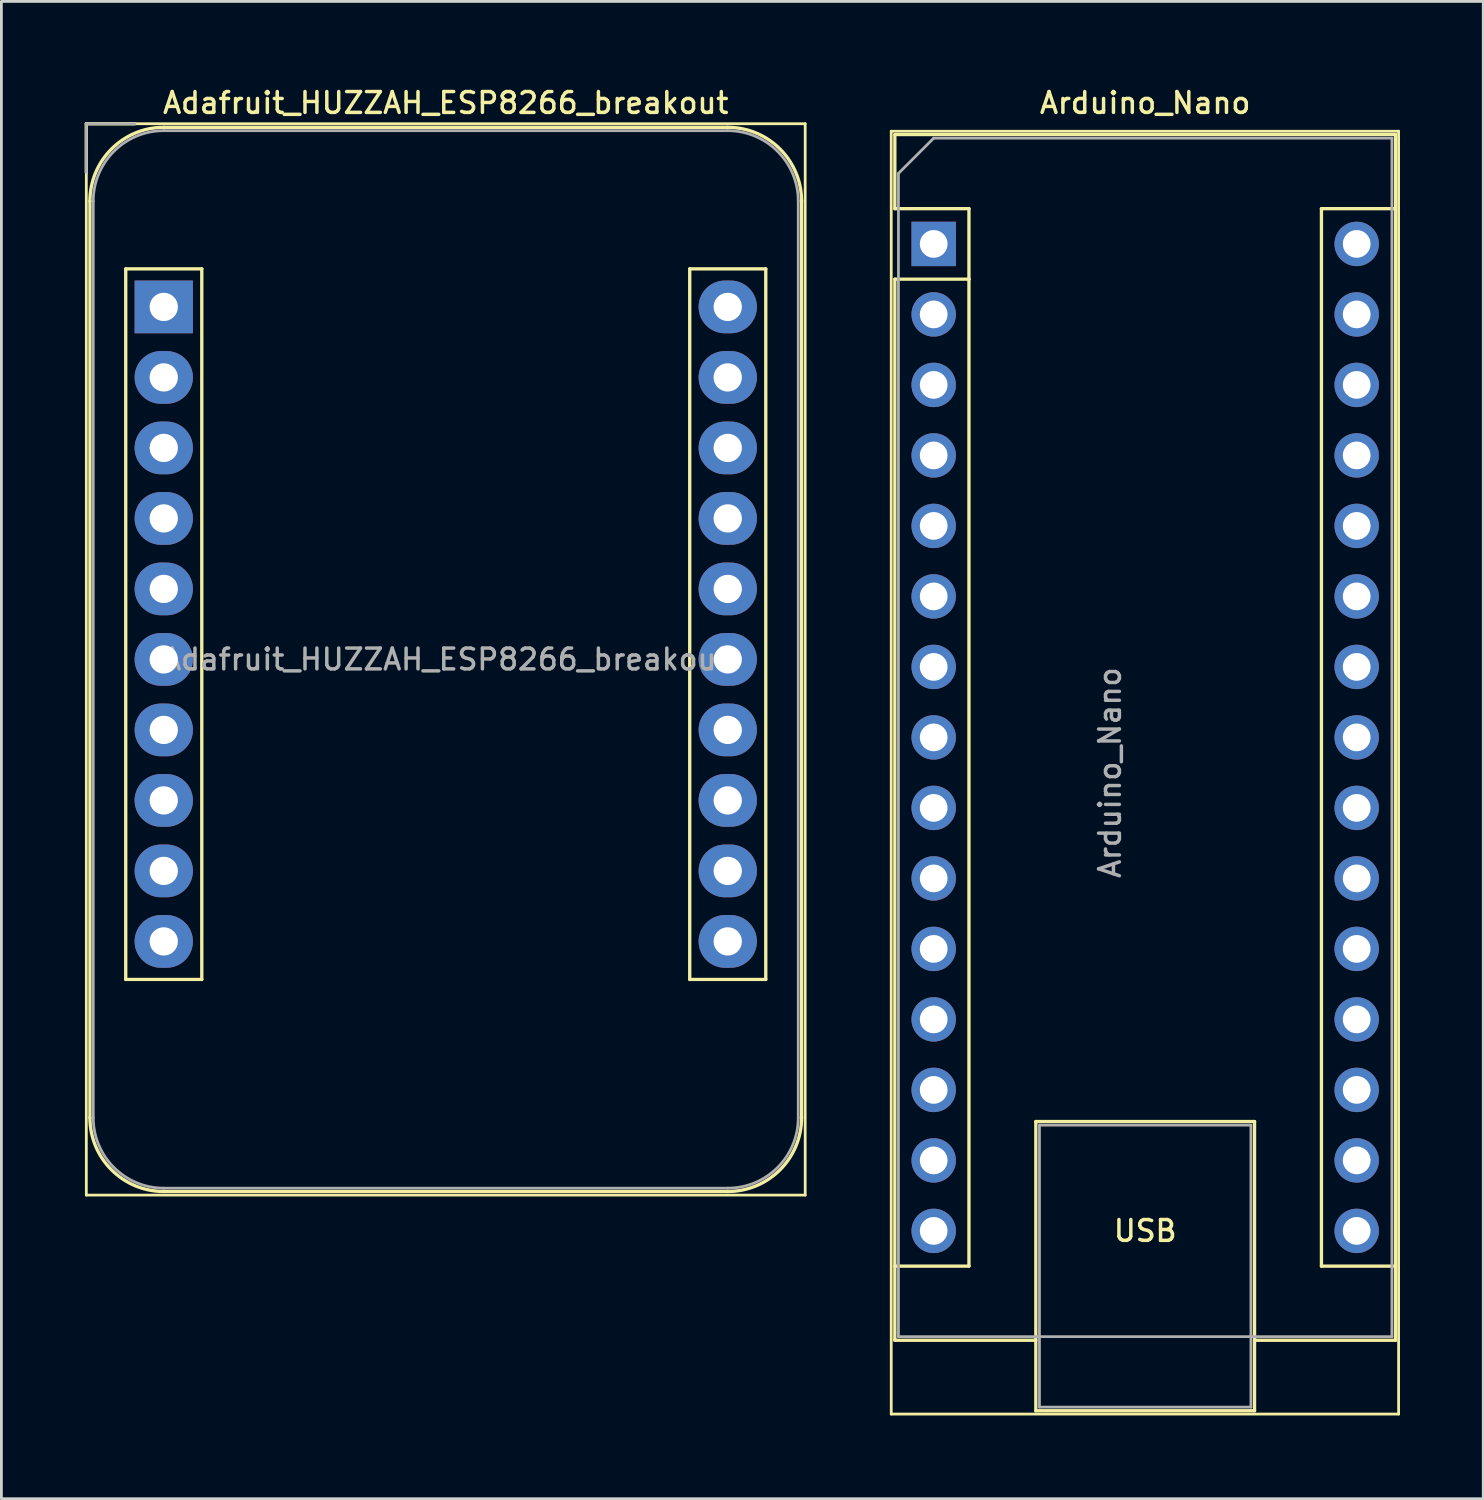
<source format=kicad_pcb>
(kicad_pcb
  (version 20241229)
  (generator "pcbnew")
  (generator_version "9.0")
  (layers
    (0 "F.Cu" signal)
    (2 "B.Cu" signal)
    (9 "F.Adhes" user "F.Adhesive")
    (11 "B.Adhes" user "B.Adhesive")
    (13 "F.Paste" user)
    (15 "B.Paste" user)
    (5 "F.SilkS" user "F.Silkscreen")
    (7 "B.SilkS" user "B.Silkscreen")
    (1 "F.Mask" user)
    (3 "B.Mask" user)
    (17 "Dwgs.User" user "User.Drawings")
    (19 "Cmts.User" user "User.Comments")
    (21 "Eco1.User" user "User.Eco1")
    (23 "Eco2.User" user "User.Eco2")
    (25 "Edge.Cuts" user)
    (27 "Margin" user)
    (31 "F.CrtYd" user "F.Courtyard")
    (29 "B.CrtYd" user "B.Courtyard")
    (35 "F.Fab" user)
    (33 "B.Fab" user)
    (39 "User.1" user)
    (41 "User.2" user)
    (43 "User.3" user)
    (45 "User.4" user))
  (footprint "Adafruit_HUZZAH_ESP8266_breakout"
    (layer "F.Cu")
    (at 2.85 8.008)
    (property "Reference" "Adafruit_HUZZAH_ESP8266_breakout" (at 10.16 -7.35 0) (layer "F.SilkS") (effects (font (size 0.75 0.75) (thickness 0.125))))
    (attr through_hole)
    (fp_line (start -2.79 -6.6) (end -2.79 32) (stroke (width 0.1) (type solid)) (layer "F.SilkS"))
    (fp_line (start -2.79 -6.6) (end -1.04 -6.6) (stroke (width 0.12) (type solid)) (layer "F.SilkS"))
    (fp_line (start -2.79 -4.85) (end -2.79 -6.6) (stroke (width 0.12) (type solid)) (layer "F.SilkS"))
    (fp_line (start -2.79 32) (end 23.11 32) (stroke (width 0.1) (type solid)) (layer "F.SilkS"))
    (fp_line (start -2.66 -3.81) (end -2.66 29.21) (stroke (width 0.12) (type solid)) (layer "F.SilkS"))
    (fp_line (start -1.37 -1.37) (end -1.37 24.23) (stroke (width 0.12) (type solid)) (layer "F.SilkS"))
    (fp_line (start -1.37 24.23) (end 1.37 24.23) (stroke (width 0.12) (type solid)) (layer "F.SilkS"))
    (fp_line (start 0 -6.47) (end 20.32 -6.47) (stroke (width 0.12) (type solid)) (layer "F.SilkS"))
    (fp_line (start 0 31.87) (end 20.32 31.87) (stroke (width 0.12) (type solid)) (layer "F.SilkS"))
    (fp_line (start 1.37 -1.37) (end -1.37 -1.37) (stroke (width 0.12) (type solid)) (layer "F.SilkS"))
    (fp_line (start 1.37 24.23) (end 1.37 -1.37) (stroke (width 0.12) (type solid)) (layer "F.SilkS"))
    (fp_line (start 18.95 -1.37) (end 18.95 24.23) (stroke (width 0.12) (type solid)) (layer "F.SilkS"))
    (fp_line (start 18.95 24.23) (end 21.69 24.23) (stroke (width 0.12) (type solid)) (layer "F.SilkS"))
    (fp_line (start 21.69 -1.37) (end 18.95 -1.37) (stroke (width 0.12) (type solid)) (layer "F.SilkS"))
    (fp_line (start 21.69 24.23) (end 21.69 -1.37) (stroke (width 0.12) (type solid)) (layer "F.SilkS"))
    (fp_line (start 22.98 -3.81) (end 22.98 29.21) (stroke (width 0.12) (type solid)) (layer "F.SilkS"))
    (fp_line (start 23.11 -6.6) (end -2.79 -6.6) (stroke (width 0.1) (type solid)) (layer "F.SilkS"))
    (fp_line (start 23.11 32) (end 23.11 -6.6) (stroke (width 0.1) (type solid)) (layer "F.SilkS"))
    (fp_arc (start -2.66 -3.81) (mid -1.880904 -5.690904) (end 0 -6.47) (stroke (width 0.12) (type solid)) (layer "F.SilkS"))
    (fp_arc (start 0 31.87) (mid -1.880904 31.090904) (end -2.66 29.21) (stroke (width 0.12) (type solid)) (layer "F.SilkS"))
    (fp_arc (start 20.32 -6.47) (mid 22.200904 -5.690904) (end 22.98 -3.81) (stroke (width 0.12) (type solid)) (layer "F.SilkS"))
    (fp_arc (start 22.98 29.21) (mid 22.200904 31.090904) (end 20.32 31.87) (stroke (width 0.12) (type solid)) (layer "F.SilkS"))
    (fp_line (start -2.79 -6.6) (end -1.04 -6.6) (stroke (width 0.1) (type solid)) (layer "F.Fab"))
    (fp_line (start -2.79 -4.85) (end -2.79 -6.6) (stroke (width 0.1) (type solid)) (layer "F.Fab"))
    (fp_line (start -2.54 -3.81) (end -2.54 29.21) (stroke (width 0.1) (type solid)) (layer "F.Fab"))
    (fp_line (start 0 -6.35) (end 20.32 -6.35) (stroke (width 0.1) (type solid)) (layer "F.Fab"))
    (fp_line (start 0 31.75) (end 20.32 31.75) (stroke (width 0.1) (type solid)) (layer "F.Fab"))
    (fp_line (start 22.86 -3.81) (end 22.86 29.21) (stroke (width 0.1) (type solid)) (layer "F.Fab"))
    (fp_arc (start -2.54 -3.81) (mid -1.796051 -5.606051) (end 0 -6.35) (stroke (width 0.1) (type solid)) (layer "F.Fab"))
    (fp_arc (start 0 31.75) (mid -1.796051 31.006051) (end -2.54 29.21) (stroke (width 0.1) (type solid)) (layer "F.Fab"))
    (fp_arc (start 20.32 -6.35) (mid 22.116051 -5.606051) (end 22.86 -3.81) (stroke (width 0.1) (type solid)) (layer "F.Fab"))
    (fp_arc (start 22.86 29.21) (mid 22.116051 31.006051) (end 20.32 31.75) (stroke (width 0.1) (type solid)) (layer "F.Fab"))
    (fp_text user "${REFERENCE}" (at 10.16 12.7 0) (layer "F.Fab") (effects (font (size 0.75 0.75) (thickness 0.125))))
    (pad "1" thru_hole rect (at 0 0) (size 2.1 1.9) (drill 1.02) (layers "*.Cu" "*.Mask"))
    (pad "2" thru_hole oval (at 0 2.54) (size 2.1 1.9) (drill 1.02) (layers "*.Cu" "*.Mask"))
    (pad "3" thru_hole oval (at 0 5.08) (size 2.1 1.9) (drill 1.02) (layers "*.Cu" "*.Mask"))
    (pad "4" thru_hole oval (at 0 7.62) (size 2.1 1.9) (drill 1.02) (layers "*.Cu" "*.Mask"))
    (pad "5" thru_hole oval (at 0 10.16) (size 2.1 1.9) (drill 1.02) (layers "*.Cu" "*.Mask"))
    (pad "6" thru_hole oval (at 0 12.7) (size 2.1 1.9) (drill 1.02) (layers "*.Cu" "*.Mask"))
    (pad "7" thru_hole oval (at 0 15.24) (size 2.1 1.9) (drill 1.02) (layers "*.Cu" "*.Mask"))
    (pad "8" thru_hole oval (at 0 17.78) (size 2.1 1.9) (drill 1.02) (layers "*.Cu" "*.Mask"))
    (pad "9" thru_hole oval (at 0 20.32) (size 2.1 1.9) (drill 1.02) (layers "*.Cu" "*.Mask"))
    (pad "10" thru_hole oval (at 0 22.86) (size 2.1 1.9) (drill 1.02) (layers "*.Cu" "*.Mask"))
    (pad "11" thru_hole oval (at 20.32 22.86) (size 2.1 1.9) (drill 1.02) (layers "*.Cu" "*.Mask"))
    (pad "12" thru_hole oval (at 20.32 20.32) (size 2.1 1.9) (drill 1.02) (layers "*.Cu" "*.Mask"))
    (pad "13" thru_hole oval (at 20.32 17.78) (size 2.1 1.9) (drill 1.02) (layers "*.Cu" "*.Mask"))
    (pad "14" thru_hole oval (at 20.32 15.24) (size 2.1 1.9) (drill 1.02) (layers "*.Cu" "*.Mask"))
    (pad "15" thru_hole oval (at 20.32 12.7) (size 2.1 1.9) (drill 1.02) (layers "*.Cu" "*.Mask"))
    (pad "16" thru_hole oval (at 20.32 10.16) (size 2.1 1.9) (drill 1.02) (layers "*.Cu" "*.Mask"))
    (pad "17" thru_hole oval (at 20.32 7.62) (size 2.1 1.9) (drill 1.02) (layers "*.Cu" "*.Mask"))
    (pad "18" thru_hole oval (at 20.32 5.08) (size 2.1 1.9) (drill 1.02) (layers "*.Cu" "*.Mask"))
    (pad "19" thru_hole oval (at 20.32 2.54) (size 2.1 1.9) (drill 1.02) (layers "*.Cu" "*.Mask"))
    (pad "20" thru_hole oval (at 20.32 0) (size 2.1 1.9) (drill 1.02) (layers "*.Cu" "*.Mask")))
  (footprint "Arduino_Nano"
    (layer "F.Cu")
    (at 30.59 5.738)
    (property "Reference" "Arduino_Nano" (at 7.62 -5.08 0) (layer "F.SilkS") (effects (font (size 0.75 0.75) (thickness 0.125))))
    (attr through_hole)
    (fp_line (start -1.53 -4.06) (end -1.53 42.16) (stroke (width 0.1) (type solid)) (layer "F.SilkS"))
    (fp_line (start -1.53 -4.06) (end 16.75 -4.06) (stroke (width 0.1) (type solid)) (layer "F.SilkS"))
    (fp_line (start -1.4 -3.94) (end -1.4 -1.27) (stroke (width 0.12) (type solid)) (layer "F.SilkS"))
    (fp_line (start -1.4 1.27) (end -1.4 39.5) (stroke (width 0.12) (type solid)) (layer "F.SilkS"))
    (fp_line (start -1.4 39.5) (end 3.68 39.5) (stroke (width 0.12) (type solid)) (layer "F.SilkS"))
    (fp_line (start 1.27 -1.27) (end -1.4 -1.27) (stroke (width 0.12) (type solid)) (layer "F.SilkS"))
    (fp_line (start 1.27 1.27) (end -1.4 1.27) (stroke (width 0.12) (type solid)) (layer "F.SilkS"))
    (fp_line (start 1.27 1.27) (end 1.27 -1.27) (stroke (width 0.12) (type solid)) (layer "F.SilkS"))
    (fp_line (start 1.27 1.27) (end 1.27 36.83) (stroke (width 0.12) (type solid)) (layer "F.SilkS"))
    (fp_line (start 1.27 36.83) (end -1.4 36.83) (stroke (width 0.12) (type solid)) (layer "F.SilkS"))
    (fp_line (start 3.68 31.62) (end 11.56 31.62) (stroke (width 0.12) (type solid)) (layer "F.SilkS"))
    (fp_line (start 3.68 42.04) (end 3.68 31.62) (stroke (width 0.12) (type solid)) (layer "F.SilkS"))
    (fp_line (start 11.56 31.62) (end 11.56 42.04) (stroke (width 0.12) (type solid)) (layer "F.SilkS"))
    (fp_line (start 11.56 42.04) (end 3.68 42.04) (stroke (width 0.12) (type solid)) (layer "F.SilkS"))
    (fp_line (start 13.97 -1.27) (end 13.97 36.83) (stroke (width 0.12) (type solid)) (layer "F.SilkS"))
    (fp_line (start 13.97 -1.27) (end 16.64 -1.27) (stroke (width 0.12) (type solid)) (layer "F.SilkS"))
    (fp_line (start 13.97 36.83) (end 16.64 36.83) (stroke (width 0.12) (type solid)) (layer "F.SilkS"))
    (fp_line (start 16.64 -3.94) (end -1.4 -3.94) (stroke (width 0.12) (type solid)) (layer "F.SilkS"))
    (fp_line (start 16.64 39.5) (end 11.56 39.5) (stroke (width 0.12) (type solid)) (layer "F.SilkS"))
    (fp_line (start 16.64 39.5) (end 16.64 -3.94) (stroke (width 0.12) (type solid)) (layer "F.SilkS"))
    (fp_line (start 16.75 42.16) (end -1.53 42.16) (stroke (width 0.1) (type solid)) (layer "F.SilkS"))
    (fp_line (start 16.75 42.16) (end 16.75 -4.06) (stroke (width 0.1) (type solid)) (layer "F.SilkS"))
    (fp_line (start -1.27 -2.54) (end 0 -3.81) (stroke (width 0.1) (type solid)) (layer "F.Fab"))
    (fp_line (start -1.27 39.37) (end -1.27 -2.54) (stroke (width 0.1) (type solid)) (layer "F.Fab"))
    (fp_line (start 0 -3.81) (end 16.51 -3.81) (stroke (width 0.1) (type solid)) (layer "F.Fab"))
    (fp_line (start 3.81 31.75) (end 11.43 31.75) (stroke (width 0.1) (type solid)) (layer "F.Fab"))
    (fp_line (start 3.81 41.91) (end 3.81 31.75) (stroke (width 0.1) (type solid)) (layer "F.Fab"))
    (fp_line (start 11.43 31.75) (end 11.43 41.91) (stroke (width 0.1) (type solid)) (layer "F.Fab"))
    (fp_line (start 11.43 41.91) (end 3.81 41.91) (stroke (width 0.1) (type solid)) (layer "F.Fab"))
    (fp_line (start 16.51 -3.81) (end 16.51 39.37) (stroke (width 0.1) (type solid)) (layer "F.Fab"))
    (fp_line (start 16.51 39.37) (end -1.27 39.37) (stroke (width 0.1) (type solid)) (layer "F.Fab"))
    (fp_text user "USB" (at 7.62 35.56 0) (unlocked yes) (layer "F.SilkS") (effects (font (size 0.75 0.75) (thickness 0.125))))
    (fp_text user "${REFERENCE}" (at 6.35 19.05 90) (layer "F.Fab") (effects (font (size 0.75 0.75) (thickness 0.125))))
    (pad "1" thru_hole rect (at 0 0) (size 1.6 1.6) (drill 1) (layers "*.Cu" "*.Mask"))
    (pad "2" thru_hole oval (at 0 2.54) (size 1.6 1.6) (drill 1) (layers "*.Cu" "*.Mask"))
    (pad "3" thru_hole oval (at 0 5.08) (size 1.6 1.6) (drill 1) (layers "*.Cu" "*.Mask"))
    (pad "4" thru_hole oval (at 0 7.62) (size 1.6 1.6) (drill 1) (layers "*.Cu" "*.Mask"))
    (pad "5" thru_hole oval (at 0 10.16) (size 1.6 1.6) (drill 1) (layers "*.Cu" "*.Mask"))
    (pad "6" thru_hole oval (at 0 12.7) (size 1.6 1.6) (drill 1) (layers "*.Cu" "*.Mask"))
    (pad "7" thru_hole oval (at 0 15.24) (size 1.6 1.6) (drill 1) (layers "*.Cu" "*.Mask"))
    (pad "8" thru_hole oval (at 0 17.78) (size 1.6 1.6) (drill 1) (layers "*.Cu" "*.Mask"))
    (pad "9" thru_hole oval (at 0 20.32) (size 1.6 1.6) (drill 1) (layers "*.Cu" "*.Mask"))
    (pad "10" thru_hole oval (at 0 22.86) (size 1.6 1.6) (drill 1) (layers "*.Cu" "*.Mask"))
    (pad "11" thru_hole oval (at 0 25.4) (size 1.6 1.6) (drill 1) (layers "*.Cu" "*.Mask"))
    (pad "12" thru_hole oval (at 0 27.94) (size 1.6 1.6) (drill 1) (layers "*.Cu" "*.Mask"))
    (pad "13" thru_hole oval (at 0 30.48) (size 1.6 1.6) (drill 1) (layers "*.Cu" "*.Mask"))
    (pad "14" thru_hole oval (at 0 33.02) (size 1.6 1.6) (drill 1) (layers "*.Cu" "*.Mask"))
    (pad "15" thru_hole oval (at 0 35.56) (size 1.6 1.6) (drill 1) (layers "*.Cu" "*.Mask"))
    (pad "16" thru_hole oval (at 15.24 35.56) (size 1.6 1.6) (drill 1) (layers "*.Cu" "*.Mask"))
    (pad "17" thru_hole oval (at 15.24 33.02) (size 1.6 1.6) (drill 1) (layers "*.Cu" "*.Mask"))
    (pad "18" thru_hole oval (at 15.24 30.48) (size 1.6 1.6) (drill 1) (layers "*.Cu" "*.Mask"))
    (pad "19" thru_hole oval (at 15.24 27.94) (size 1.6 1.6) (drill 1) (layers "*.Cu" "*.Mask"))
    (pad "20" thru_hole oval (at 15.24 25.4) (size 1.6 1.6) (drill 1) (layers "*.Cu" "*.Mask"))
    (pad "21" thru_hole oval (at 15.24 22.86) (size 1.6 1.6) (drill 1) (layers "*.Cu" "*.Mask"))
    (pad "22" thru_hole oval (at 15.24 20.32) (size 1.6 1.6) (drill 1) (layers "*.Cu" "*.Mask"))
    (pad "23" thru_hole oval (at 15.24 17.78) (size 1.6 1.6) (drill 1) (layers "*.Cu" "*.Mask"))
    (pad "24" thru_hole oval (at 15.24 15.24) (size 1.6 1.6) (drill 1) (layers "*.Cu" "*.Mask"))
    (pad "25" thru_hole oval (at 15.24 12.7) (size 1.6 1.6) (drill 1) (layers "*.Cu" "*.Mask"))
    (pad "26" thru_hole oval (at 15.24 10.16) (size 1.6 1.6) (drill 1) (layers "*.Cu" "*.Mask"))
    (pad "27" thru_hole oval (at 15.24 7.62) (size 1.6 1.6) (drill 1) (layers "*.Cu" "*.Mask"))
    (pad "28" thru_hole oval (at 15.24 5.08) (size 1.6 1.6) (drill 1) (layers "*.Cu" "*.Mask"))
    (pad "29" thru_hole oval (at 15.24 2.54) (size 1.6 1.6) (drill 1) (layers "*.Cu" "*.Mask"))
    (pad "30" thru_hole oval (at 15.24 0) (size 1.6 1.6) (drill 1) (layers "*.Cu" "*.Mask")))
  (gr_rect
    (start -3 -3)
    (end 50.39 50.948)
    (stroke (width 0.1) (type default))
    (fill no)
    (layer "Edge.Cuts")))
</source>
